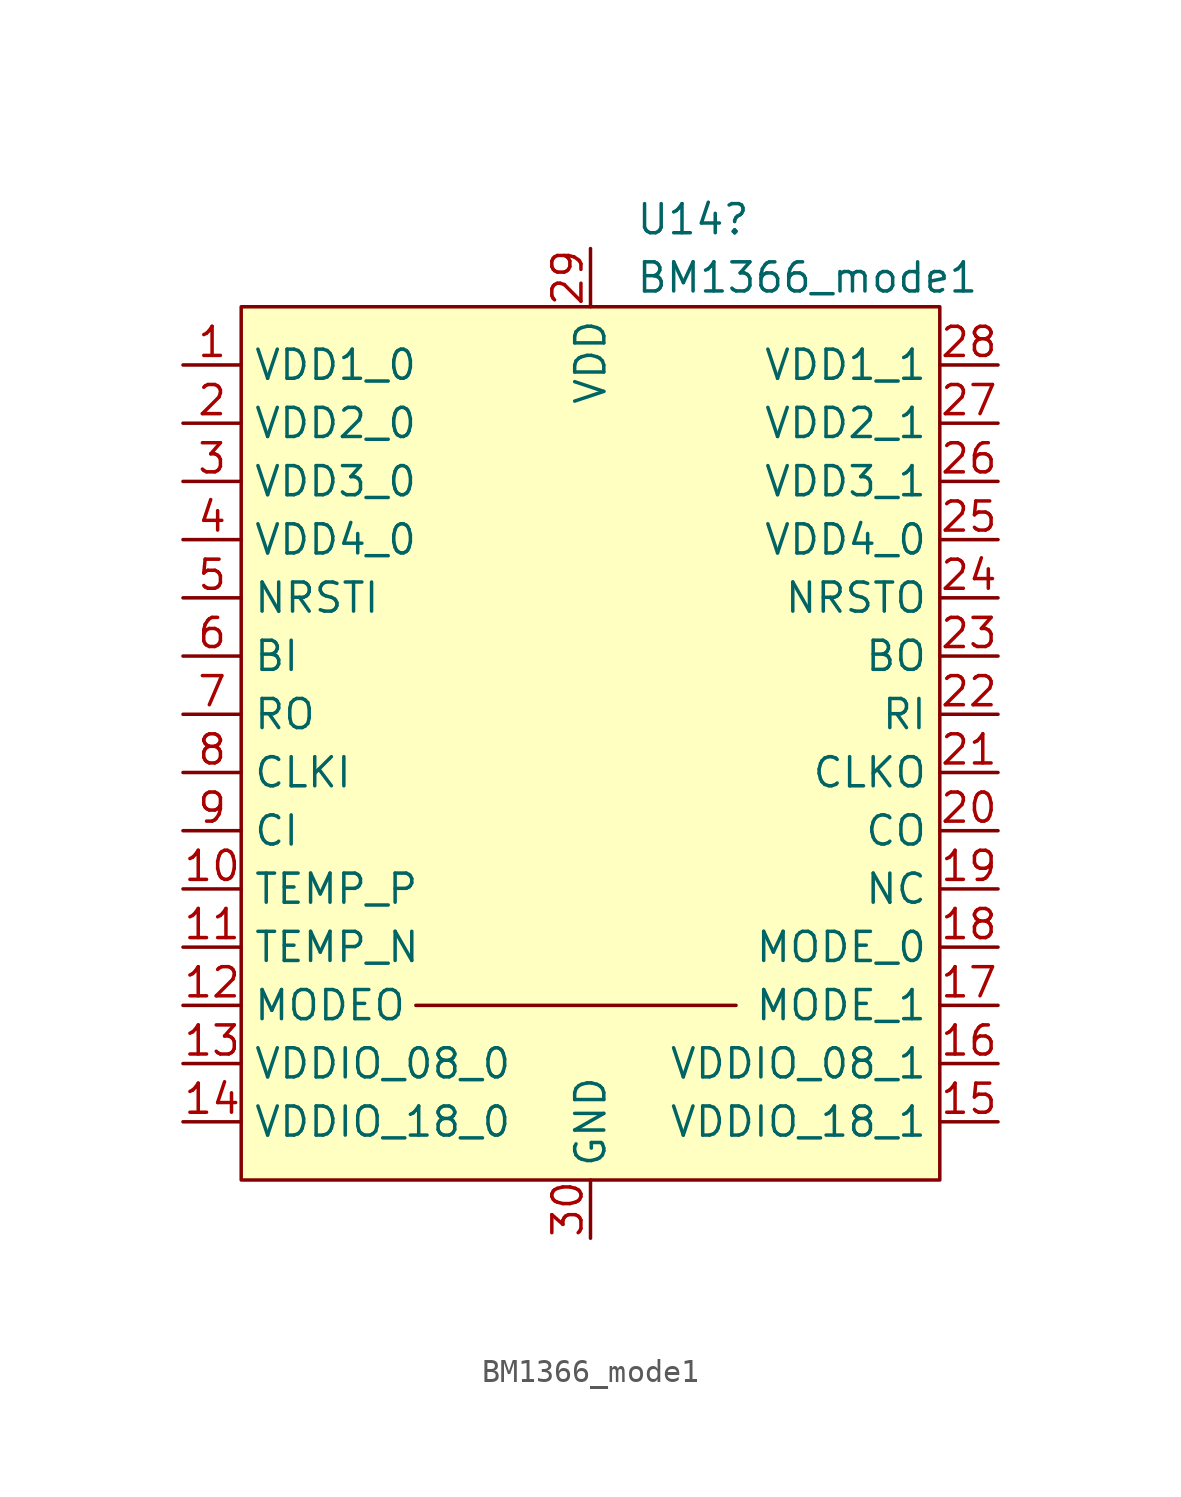
<source format=kicad_sym>
(kicad_symbol_lib
  (version 20220914)
  (generator kicad_symbol_editor)
  (symbol "BM1366_mode1"
    (property "Reference" "U14"
      (at 1.956 24.13 0)
      (effects (font (size 1.27 1.27)) (justify left)))
    (property "Value" "BM1366_mode1"
      (at 1.956 21.59 0)
      (effects (font (size 1.27 1.27)) (justify left)))
    (symbol "BM1366_mode1_0_1"
      (rectangle (start -15.24 20.32) (end 15.24 -17.78) (stroke (width 0) (type default)) (fill (type background)))
      (polyline (pts (xy -7.62 -10.16) (xy 6.35 -10.16)) (stroke (width 0) (type default)) (fill (type none))))
    (symbol "BM1366_mode1_1_1"
      (pin input line (at -17.78 17.78 0) (length 2.54) (name "VDD1_0" (effects (font (size 1.27 1.27)))) (number "1" (effects (font (size 1.27 1.27)))))
      (pin input line (at -17.78 -5.08 0) (length 2.54) (name "TEMP_P" (effects (font (size 1.27 1.27)))) (number "10" (effects (font (size 1.27 1.27)))))
      (pin input line (at -17.78 -7.62 0) (length 2.54) (name "TEMP_N" (effects (font (size 1.27 1.27)))) (number "11" (effects (font (size 1.27 1.27)))))
      (pin input line (at -17.78 -10.16 0) (length 2.54) (name "MODEO" (effects (font (size 1.27 1.27)))) (number "12" (effects (font (size 1.27 1.27)))))
      (pin input line (at -17.78 -12.7 0) (length 2.54) (name "VDDIO_08_0" (effects (font (size 1.27 1.27)))) (number "13" (effects (font (size 1.27 1.27)))))
      (pin input line (at -17.78 -15.24 0) (length 2.54) (name "VDDIO_18_0" (effects (font (size 1.27 1.27)))) (number "14" (effects (font (size 1.27 1.27)))))
      (pin input line (at 17.78 -15.24 180) (length 2.54) (name "VDDIO_18_1" (effects (font (size 1.27 1.27)))) (number "15" (effects (font (size 1.27 1.27)))))
      (pin input line (at 17.78 -12.7 180) (length 2.54) (name "VDDIO_08_1" (effects (font (size 1.27 1.27)))) (number "16" (effects (font (size 1.27 1.27)))))
      (pin input line (at 17.78 -10.16 180) (length 2.54) (name "MODE_1" (effects (font (size 1.27 1.27)))) (number "17" (effects (font (size 1.27 1.27)))))
      (pin input line (at 17.78 -7.62 180) (length 2.54) (name "MODE_0" (effects (font (size 1.27 1.27)))) (number "18" (effects (font (size 1.27 1.27)))))
      (pin input line (at 17.78 -5.08 180) (length 2.54) (name "NC" (effects (font (size 1.27 1.27)))) (number "19" (effects (font (size 1.27 1.27)))))
      (pin input line (at -17.78 15.24 0) (length 2.54) (name "VDD2_0" (effects (font (size 1.27 1.27)))) (number "2" (effects (font (size 1.27 1.27)))))
      (pin input line (at 17.78 -2.54 180) (length 2.54) (name "CO" (effects (font (size 1.27 1.27)))) (number "20" (effects (font (size 1.27 1.27)))))
      (pin input line (at 17.78 0 180) (length 2.54) (name "CLKO" (effects (font (size 1.27 1.27)))) (number "21" (effects (font (size 1.27 1.27)))))
      (pin input line (at 17.78 2.54 180) (length 2.54) (name "RI" (effects (font (size 1.27 1.27)))) (number "22" (effects (font (size 1.27 1.27)))))
      (pin input line (at 17.78 5.08 180) (length 2.54) (name "BO" (effects (font (size 1.27 1.27)))) (number "23" (effects (font (size 1.27 1.27)))))
      (pin input line (at 17.78 7.62 180) (length 2.54) (name "NRSTO" (effects (font (size 1.27 1.27)))) (number "24" (effects (font (size 1.27 1.27)))))
      (pin input line (at 17.78 10.16 180) (length 2.54) (name "VDD4_0" (effects (font (size 1.27 1.27)))) (number "25" (effects (font (size 1.27 1.27)))))
      (pin input line (at 17.78 12.7 180) (length 2.54) (name "VDD3_1" (effects (font (size 1.27 1.27)))) (number "26" (effects (font (size 1.27 1.27)))))
      (pin input line (at 17.78 15.24 180) (length 2.54) (name "VDD2_1" (effects (font (size 1.27 1.27)))) (number "27" (effects (font (size 1.27 1.27)))))
      (pin input line (at 17.78 17.78 180) (length 2.54) (name "VDD1_1" (effects (font (size 1.27 1.27)))) (number "28" (effects (font (size 1.27 1.27)))))
      (pin input line (at 0 22.86 270) (length 2.54) (name "VDD" (effects (font (size 1.27 1.27)))) (number "29" (effects (font (size 1.27 1.27)))))
      (pin input line (at -17.78 12.7 0) (length 2.54) (name "VDD3_0" (effects (font (size 1.27 1.27)))) (number "3" (effects (font (size 1.27 1.27)))))
      (pin input line (at 0 -20.32 90) (length 2.54) (name "GND" (effects (font (size 1.27 1.27)))) (number "30" (effects (font (size 1.27 1.27)))))
      (pin input line (at -17.78 10.16 0) (length 2.54) (name "VDD4_0" (effects (font (size 1.27 1.27)))) (number "4" (effects (font (size 1.27 1.27)))))
      (pin input line (at -17.78 7.62 0) (length 2.54) (name "NRSTI" (effects (font (size 1.27 1.27)))) (number "5" (effects (font (size 1.27 1.27)))))
      (pin input line (at -17.78 5.08 0) (length 2.54) (name "BI" (effects (font (size 1.27 1.27)))) (number "6" (effects (font (size 1.27 1.27)))))
      (pin input line (at -17.78 2.54 0) (length 2.54) (name "RO" (effects (font (size 1.27 1.27)))) (number "7" (effects (font (size 1.27 1.27)))))
      (pin input line (at -17.78 0 0) (length 2.54) (name "CLKI" (effects (font (size 1.27 1.27)))) (number "8" (effects (font (size 1.27 1.27)))))
      (pin input line (at -17.78 -2.54 0) (length 2.54) (name "CI" (effects (font (size 1.27 1.27)))) (number "9" (effects (font (size 1.27 1.27))))))))
</source>
